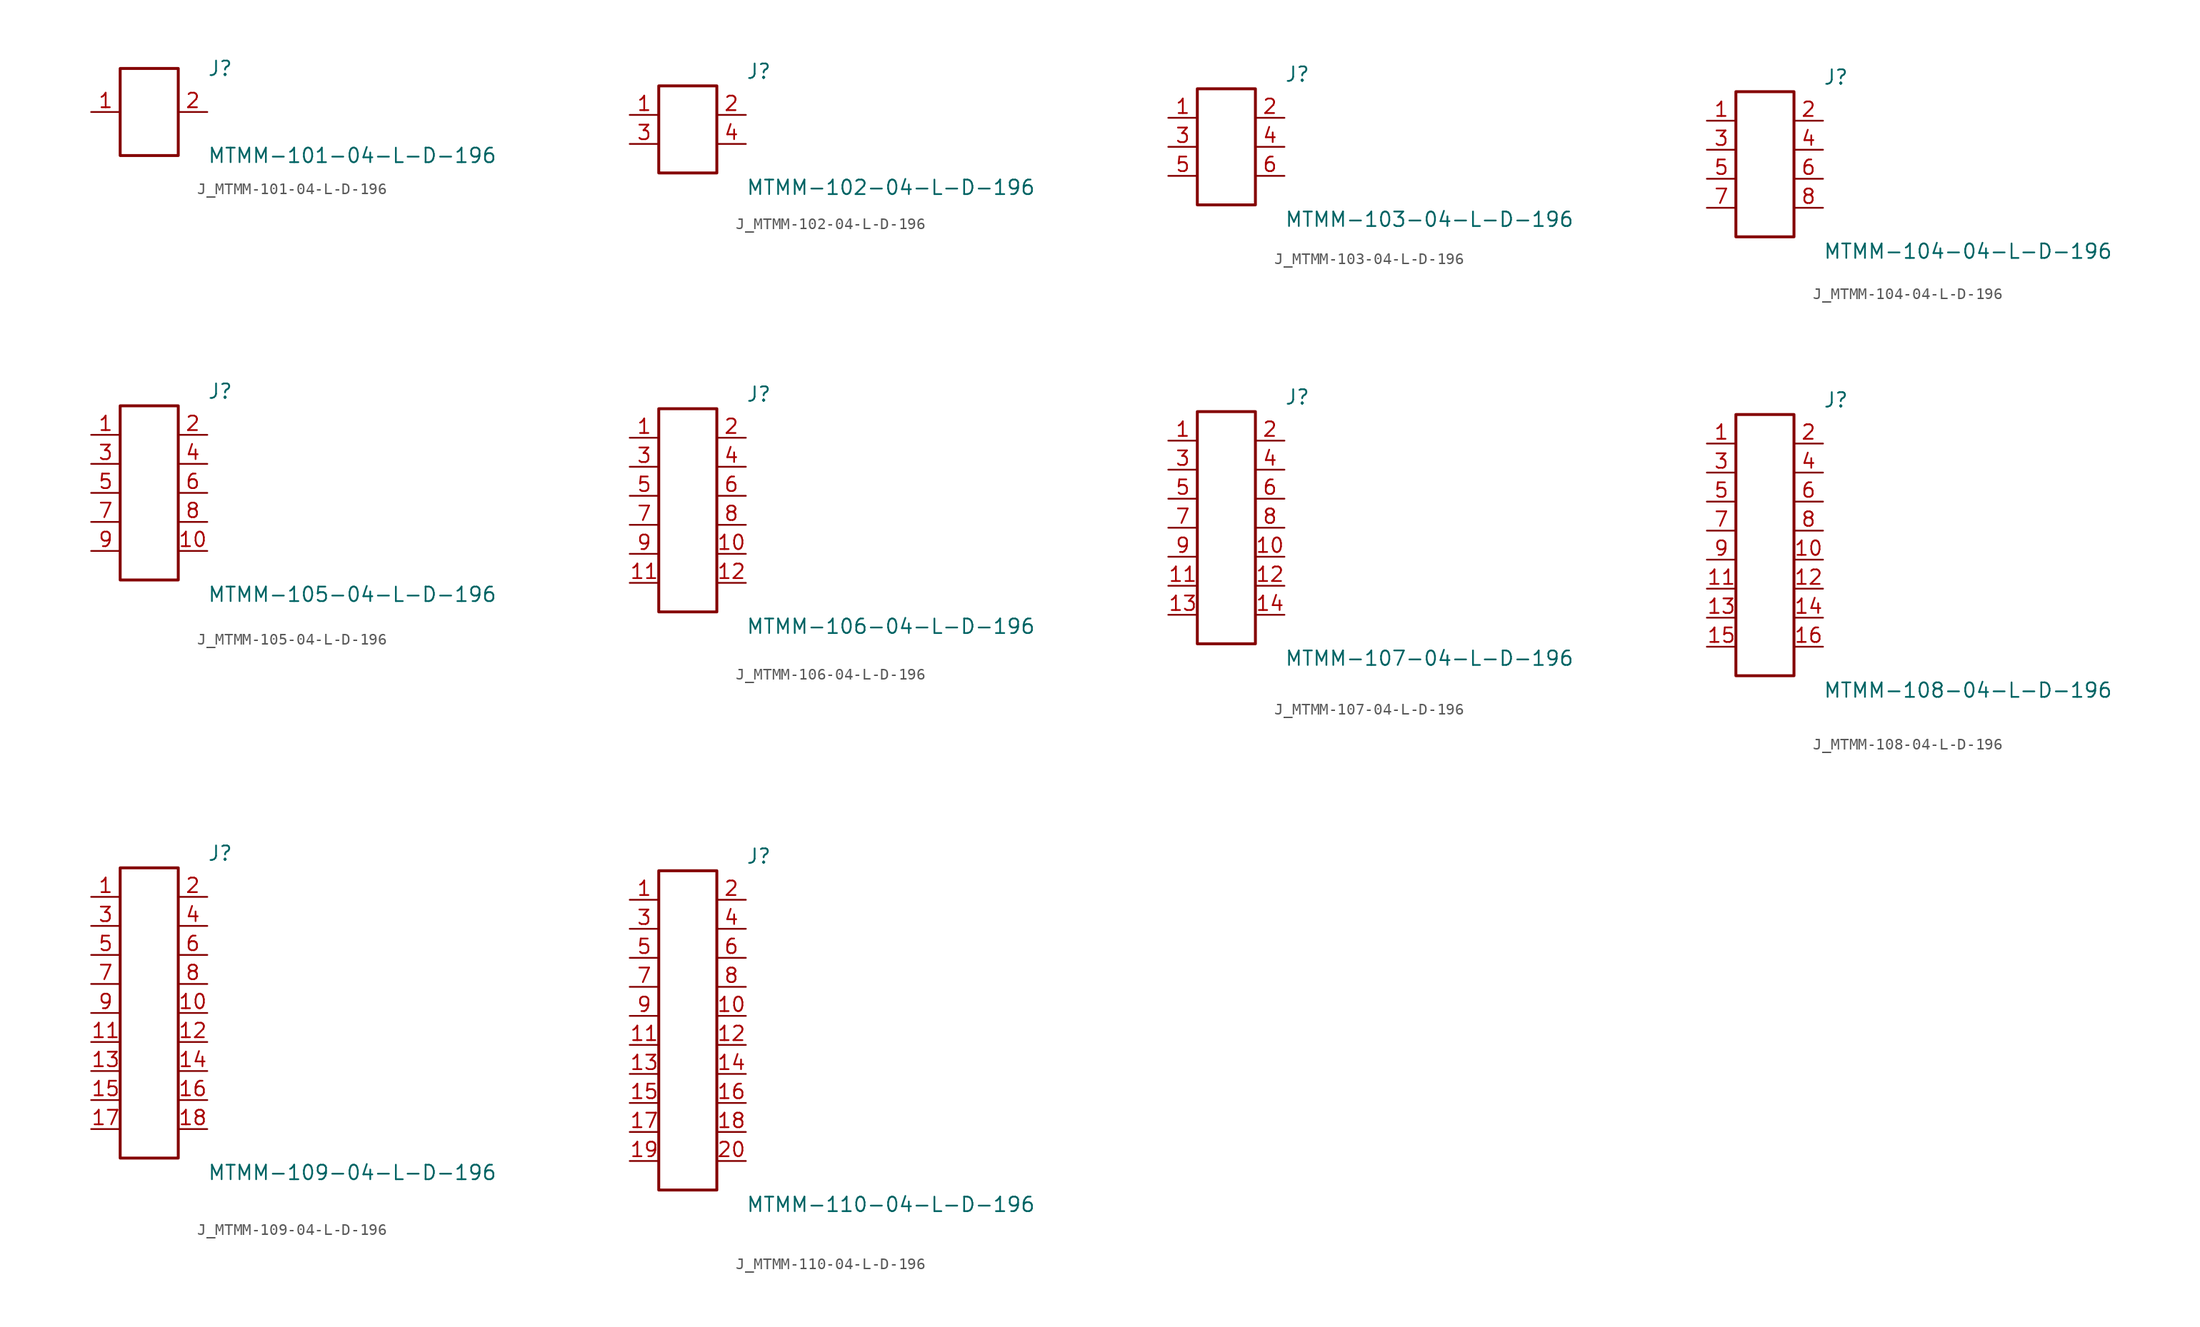
<source format=kicad_sym>
(kicad_symbol_lib
  (version 20231120)
  (generator kicad_symbol_editor)
  (generator_version 8.0)
  (symbol "J_MTMM-101-04-L-D-196"
    (pin_names
      (offset 0.254))
    (property "Reference" "J"
      (at 5.08 3.81 0)
      (effects (font (size 1.27 1.27)) (justify left)))
    (property "Value" "MTMM-101-04-L-D-196"
      (at 5.08 -3.81 0)
      (effects (font (size 1.27 1.27)) (justify left)))
    (symbol "J_MTMM-101-04-L-D-196_0_0"
      (pin passive line (at -5.08 0.0 0) (length 2.54) (name "" (effects (font (size 1.27 1.27)))) (number "1" (effects (font (size 1.27 1.27)))))
      (pin passive line (at 5.08 0.0 180) (length 2.54) (name "" (effects (font (size 1.27 1.27)))) (number "2" (effects (font (size 1.27 1.27))))))
    (symbol "J_MTMM-101-04-L-D-196_1_0"
      (rectangle (start -2.54 3.81) (end 2.54 -3.81) (stroke (width 0.254) (type solid)) (fill (type none)))))
  (symbol "J_MTMM-102-04-L-D-196"
    (pin_names
      (offset 0.254))
    (property "Reference" "J"
      (at 5.08 5.08 0)
      (effects (font (size 1.27 1.27)) (justify left)))
    (property "Value" "MTMM-102-04-L-D-196"
      (at 5.08 -5.08 0)
      (effects (font (size 1.27 1.27)) (justify left)))
    (symbol "J_MTMM-102-04-L-D-196_0_0"
      (pin passive line (at -5.08 1.27 0) (length 2.54) (name "" (effects (font (size 1.27 1.27)))) (number "1" (effects (font (size 1.27 1.27)))))
      (pin passive line (at 5.08 1.27 180) (length 2.54) (name "" (effects (font (size 1.27 1.27)))) (number "2" (effects (font (size 1.27 1.27)))))
      (pin passive line (at -5.08 -1.27 0) (length 2.54) (name "" (effects (font (size 1.27 1.27)))) (number "3" (effects (font (size 1.27 1.27)))))
      (pin passive line (at 5.08 -1.27 180) (length 2.54) (name "" (effects (font (size 1.27 1.27)))) (number "4" (effects (font (size 1.27 1.27))))))
    (symbol "J_MTMM-102-04-L-D-196_1_0"
      (rectangle (start -2.54 3.81) (end 2.54 -3.81) (stroke (width 0.254) (type solid)) (fill (type none)))))
  (symbol "J_MTMM-103-04-L-D-196"
    (pin_names
      (offset 0.254))
    (property "Reference" "J"
      (at 5.08 6.35 0)
      (effects (font (size 1.27 1.27)) (justify left)))
    (property "Value" "MTMM-103-04-L-D-196"
      (at 5.08 -6.35 0)
      (effects (font (size 1.27 1.27)) (justify left)))
    (symbol "J_MTMM-103-04-L-D-196_0_0"
      (pin passive line (at -5.08 2.54 0) (length 2.54) (name "" (effects (font (size 1.27 1.27)))) (number "1" (effects (font (size 1.27 1.27)))))
      (pin passive line (at 5.08 2.54 180) (length 2.54) (name "" (effects (font (size 1.27 1.27)))) (number "2" (effects (font (size 1.27 1.27)))))
      (pin passive line (at -5.08 0.0 0) (length 2.54) (name "" (effects (font (size 1.27 1.27)))) (number "3" (effects (font (size 1.27 1.27)))))
      (pin passive line (at 5.08 0.0 180) (length 2.54) (name "" (effects (font (size 1.27 1.27)))) (number "4" (effects (font (size 1.27 1.27)))))
      (pin passive line (at -5.08 -2.54 0) (length 2.54) (name "" (effects (font (size 1.27 1.27)))) (number "5" (effects (font (size 1.27 1.27)))))
      (pin passive line (at 5.08 -2.54 180) (length 2.54) (name "" (effects (font (size 1.27 1.27)))) (number "6" (effects (font (size 1.27 1.27))))))
    (symbol "J_MTMM-103-04-L-D-196_1_0"
      (rectangle (start -2.54 5.08) (end 2.54 -5.08) (stroke (width 0.254) (type solid)) (fill (type none)))))
  (symbol "J_MTMM-104-04-L-D-196"
    (pin_names
      (offset 0.254))
    (property "Reference" "J"
      (at 5.08 7.62 0)
      (effects (font (size 1.27 1.27)) (justify left)))
    (property "Value" "MTMM-104-04-L-D-196"
      (at 5.08 -7.62 0)
      (effects (font (size 1.27 1.27)) (justify left)))
    (symbol "J_MTMM-104-04-L-D-196_0_0"
      (pin passive line (at -5.08 3.81 0) (length 2.54) (name "" (effects (font (size 1.27 1.27)))) (number "1" (effects (font (size 1.27 1.27)))))
      (pin passive line (at 5.08 3.81 180) (length 2.54) (name "" (effects (font (size 1.27 1.27)))) (number "2" (effects (font (size 1.27 1.27)))))
      (pin passive line (at -5.08 1.27 0) (length 2.54) (name "" (effects (font (size 1.27 1.27)))) (number "3" (effects (font (size 1.27 1.27)))))
      (pin passive line (at 5.08 1.27 180) (length 2.54) (name "" (effects (font (size 1.27 1.27)))) (number "4" (effects (font (size 1.27 1.27)))))
      (pin passive line (at -5.08 -1.27 0) (length 2.54) (name "" (effects (font (size 1.27 1.27)))) (number "5" (effects (font (size 1.27 1.27)))))
      (pin passive line (at 5.08 -1.27 180) (length 2.54) (name "" (effects (font (size 1.27 1.27)))) (number "6" (effects (font (size 1.27 1.27)))))
      (pin passive line (at -5.08 -3.81 0) (length 2.54) (name "" (effects (font (size 1.27 1.27)))) (number "7" (effects (font (size 1.27 1.27)))))
      (pin passive line (at 5.08 -3.81 180) (length 2.54) (name "" (effects (font (size 1.27 1.27)))) (number "8" (effects (font (size 1.27 1.27))))))
    (symbol "J_MTMM-104-04-L-D-196_1_0"
      (rectangle (start -2.54 6.35) (end 2.54 -6.35) (stroke (width 0.254) (type solid)) (fill (type none)))))
  (symbol "J_MTMM-105-04-L-D-196"
    (pin_names
      (offset 0.254))
    (property "Reference" "J"
      (at 5.08 8.89 0)
      (effects (font (size 1.27 1.27)) (justify left)))
    (property "Value" "MTMM-105-04-L-D-196"
      (at 5.08 -8.89 0)
      (effects (font (size 1.27 1.27)) (justify left)))
    (symbol "J_MTMM-105-04-L-D-196_0_0"
      (pin passive line (at -5.08 5.08 0) (length 2.54) (name "" (effects (font (size 1.27 1.27)))) (number "1" (effects (font (size 1.27 1.27)))))
      (pin passive line (at 5.08 5.08 180) (length 2.54) (name "" (effects (font (size 1.27 1.27)))) (number "2" (effects (font (size 1.27 1.27)))))
      (pin passive line (at -5.08 2.54 0) (length 2.54) (name "" (effects (font (size 1.27 1.27)))) (number "3" (effects (font (size 1.27 1.27)))))
      (pin passive line (at 5.08 2.54 180) (length 2.54) (name "" (effects (font (size 1.27 1.27)))) (number "4" (effects (font (size 1.27 1.27)))))
      (pin passive line (at -5.08 0.0 0) (length 2.54) (name "" (effects (font (size 1.27 1.27)))) (number "5" (effects (font (size 1.27 1.27)))))
      (pin passive line (at 5.08 0.0 180) (length 2.54) (name "" (effects (font (size 1.27 1.27)))) (number "6" (effects (font (size 1.27 1.27)))))
      (pin passive line (at -5.08 -2.54 0) (length 2.54) (name "" (effects (font (size 1.27 1.27)))) (number "7" (effects (font (size 1.27 1.27)))))
      (pin passive line (at 5.08 -2.54 180) (length 2.54) (name "" (effects (font (size 1.27 1.27)))) (number "8" (effects (font (size 1.27 1.27)))))
      (pin passive line (at -5.08 -5.08 0) (length 2.54) (name "" (effects (font (size 1.27 1.27)))) (number "9" (effects (font (size 1.27 1.27)))))
      (pin passive line (at 5.08 -5.08 180) (length 2.54) (name "" (effects (font (size 1.27 1.27)))) (number "10" (effects (font (size 1.27 1.27))))))
    (symbol "J_MTMM-105-04-L-D-196_1_0"
      (rectangle (start -2.54 7.62) (end 2.54 -7.62) (stroke (width 0.254) (type solid)) (fill (type none)))))
  (symbol "J_MTMM-106-04-L-D-196"
    (pin_names
      (offset 0.254))
    (property "Reference" "J"
      (at 5.08 10.16 0)
      (effects (font (size 1.27 1.27)) (justify left)))
    (property "Value" "MTMM-106-04-L-D-196"
      (at 5.08 -10.16 0)
      (effects (font (size 1.27 1.27)) (justify left)))
    (symbol "J_MTMM-106-04-L-D-196_0_0"
      (pin passive line (at -5.08 6.35 0) (length 2.54) (name "" (effects (font (size 1.27 1.27)))) (number "1" (effects (font (size 1.27 1.27)))))
      (pin passive line (at 5.08 6.35 180) (length 2.54) (name "" (effects (font (size 1.27 1.27)))) (number "2" (effects (font (size 1.27 1.27)))))
      (pin passive line (at -5.08 3.81 0) (length 2.54) (name "" (effects (font (size 1.27 1.27)))) (number "3" (effects (font (size 1.27 1.27)))))
      (pin passive line (at 5.08 3.81 180) (length 2.54) (name "" (effects (font (size 1.27 1.27)))) (number "4" (effects (font (size 1.27 1.27)))))
      (pin passive line (at -5.08 1.27 0) (length 2.54) (name "" (effects (font (size 1.27 1.27)))) (number "5" (effects (font (size 1.27 1.27)))))
      (pin passive line (at 5.08 1.27 180) (length 2.54) (name "" (effects (font (size 1.27 1.27)))) (number "6" (effects (font (size 1.27 1.27)))))
      (pin passive line (at -5.08 -1.27 0) (length 2.54) (name "" (effects (font (size 1.27 1.27)))) (number "7" (effects (font (size 1.27 1.27)))))
      (pin passive line (at 5.08 -1.27 180) (length 2.54) (name "" (effects (font (size 1.27 1.27)))) (number "8" (effects (font (size 1.27 1.27)))))
      (pin passive line (at -5.08 -3.81 0) (length 2.54) (name "" (effects (font (size 1.27 1.27)))) (number "9" (effects (font (size 1.27 1.27)))))
      (pin passive line (at 5.08 -3.81 180) (length 2.54) (name "" (effects (font (size 1.27 1.27)))) (number "10" (effects (font (size 1.27 1.27)))))
      (pin passive line (at -5.08 -6.35 0) (length 2.54) (name "" (effects (font (size 1.27 1.27)))) (number "11" (effects (font (size 1.27 1.27)))))
      (pin passive line (at 5.08 -6.35 180) (length 2.54) (name "" (effects (font (size 1.27 1.27)))) (number "12" (effects (font (size 1.27 1.27))))))
    (symbol "J_MTMM-106-04-L-D-196_1_0"
      (rectangle (start -2.54 8.89) (end 2.54 -8.89) (stroke (width 0.254) (type solid)) (fill (type none)))))
  (symbol "J_MTMM-107-04-L-D-196"
    (pin_names
      (offset 0.254))
    (property "Reference" "J"
      (at 5.08 11.43 0)
      (effects (font (size 1.27 1.27)) (justify left)))
    (property "Value" "MTMM-107-04-L-D-196"
      (at 5.08 -11.43 0)
      (effects (font (size 1.27 1.27)) (justify left)))
    (symbol "J_MTMM-107-04-L-D-196_0_0"
      (pin passive line (at -5.08 7.62 0) (length 2.54) (name "" (effects (font (size 1.27 1.27)))) (number "1" (effects (font (size 1.27 1.27)))))
      (pin passive line (at 5.08 7.62 180) (length 2.54) (name "" (effects (font (size 1.27 1.27)))) (number "2" (effects (font (size 1.27 1.27)))))
      (pin passive line (at -5.08 5.08 0) (length 2.54) (name "" (effects (font (size 1.27 1.27)))) (number "3" (effects (font (size 1.27 1.27)))))
      (pin passive line (at 5.08 5.08 180) (length 2.54) (name "" (effects (font (size 1.27 1.27)))) (number "4" (effects (font (size 1.27 1.27)))))
      (pin passive line (at -5.08 2.54 0) (length 2.54) (name "" (effects (font (size 1.27 1.27)))) (number "5" (effects (font (size 1.27 1.27)))))
      (pin passive line (at 5.08 2.54 180) (length 2.54) (name "" (effects (font (size 1.27 1.27)))) (number "6" (effects (font (size 1.27 1.27)))))
      (pin passive line (at -5.08 0.0 0) (length 2.54) (name "" (effects (font (size 1.27 1.27)))) (number "7" (effects (font (size 1.27 1.27)))))
      (pin passive line (at 5.08 0.0 180) (length 2.54) (name "" (effects (font (size 1.27 1.27)))) (number "8" (effects (font (size 1.27 1.27)))))
      (pin passive line (at -5.08 -2.54 0) (length 2.54) (name "" (effects (font (size 1.27 1.27)))) (number "9" (effects (font (size 1.27 1.27)))))
      (pin passive line (at 5.08 -2.54 180) (length 2.54) (name "" (effects (font (size 1.27 1.27)))) (number "10" (effects (font (size 1.27 1.27)))))
      (pin passive line (at -5.08 -5.08 0) (length 2.54) (name "" (effects (font (size 1.27 1.27)))) (number "11" (effects (font (size 1.27 1.27)))))
      (pin passive line (at 5.08 -5.08 180) (length 2.54) (name "" (effects (font (size 1.27 1.27)))) (number "12" (effects (font (size 1.27 1.27)))))
      (pin passive line (at -5.08 -7.62 0) (length 2.54) (name "" (effects (font (size 1.27 1.27)))) (number "13" (effects (font (size 1.27 1.27)))))
      (pin passive line (at 5.08 -7.62 180) (length 2.54) (name "" (effects (font (size 1.27 1.27)))) (number "14" (effects (font (size 1.27 1.27))))))
    (symbol "J_MTMM-107-04-L-D-196_1_0"
      (rectangle (start -2.54 10.16) (end 2.54 -10.16) (stroke (width 0.254) (type solid)) (fill (type none)))))
  (symbol "J_MTMM-108-04-L-D-196"
    (pin_names
      (offset 0.254))
    (property "Reference" "J"
      (at 5.08 12.7 0)
      (effects (font (size 1.27 1.27)) (justify left)))
    (property "Value" "MTMM-108-04-L-D-196"
      (at 5.08 -12.7 0)
      (effects (font (size 1.27 1.27)) (justify left)))
    (symbol "J_MTMM-108-04-L-D-196_0_0"
      (pin passive line (at -5.08 8.89 0) (length 2.54) (name "" (effects (font (size 1.27 1.27)))) (number "1" (effects (font (size 1.27 1.27)))))
      (pin passive line (at 5.08 8.89 180) (length 2.54) (name "" (effects (font (size 1.27 1.27)))) (number "2" (effects (font (size 1.27 1.27)))))
      (pin passive line (at -5.08 6.35 0) (length 2.54) (name "" (effects (font (size 1.27 1.27)))) (number "3" (effects (font (size 1.27 1.27)))))
      (pin passive line (at 5.08 6.35 180) (length 2.54) (name "" (effects (font (size 1.27 1.27)))) (number "4" (effects (font (size 1.27 1.27)))))
      (pin passive line (at -5.08 3.81 0) (length 2.54) (name "" (effects (font (size 1.27 1.27)))) (number "5" (effects (font (size 1.27 1.27)))))
      (pin passive line (at 5.08 3.81 180) (length 2.54) (name "" (effects (font (size 1.27 1.27)))) (number "6" (effects (font (size 1.27 1.27)))))
      (pin passive line (at -5.08 1.27 0) (length 2.54) (name "" (effects (font (size 1.27 1.27)))) (number "7" (effects (font (size 1.27 1.27)))))
      (pin passive line (at 5.08 1.27 180) (length 2.54) (name "" (effects (font (size 1.27 1.27)))) (number "8" (effects (font (size 1.27 1.27)))))
      (pin passive line (at -5.08 -1.27 0) (length 2.54) (name "" (effects (font (size 1.27 1.27)))) (number "9" (effects (font (size 1.27 1.27)))))
      (pin passive line (at 5.08 -1.27 180) (length 2.54) (name "" (effects (font (size 1.27 1.27)))) (number "10" (effects (font (size 1.27 1.27)))))
      (pin passive line (at -5.08 -3.81 0) (length 2.54) (name "" (effects (font (size 1.27 1.27)))) (number "11" (effects (font (size 1.27 1.27)))))
      (pin passive line (at 5.08 -3.81 180) (length 2.54) (name "" (effects (font (size 1.27 1.27)))) (number "12" (effects (font (size 1.27 1.27)))))
      (pin passive line (at -5.08 -6.35 0) (length 2.54) (name "" (effects (font (size 1.27 1.27)))) (number "13" (effects (font (size 1.27 1.27)))))
      (pin passive line (at 5.08 -6.35 180) (length 2.54) (name "" (effects (font (size 1.27 1.27)))) (number "14" (effects (font (size 1.27 1.27)))))
      (pin passive line (at -5.08 -8.89 0) (length 2.54) (name "" (effects (font (size 1.27 1.27)))) (number "15" (effects (font (size 1.27 1.27)))))
      (pin passive line (at 5.08 -8.89 180) (length 2.54) (name "" (effects (font (size 1.27 1.27)))) (number "16" (effects (font (size 1.27 1.27))))))
    (symbol "J_MTMM-108-04-L-D-196_1_0"
      (rectangle (start -2.54 11.43) (end 2.54 -11.43) (stroke (width 0.254) (type solid)) (fill (type none)))))
  (symbol "J_MTMM-109-04-L-D-196"
    (pin_names
      (offset 0.254))
    (property "Reference" "J"
      (at 5.08 13.97 0)
      (effects (font (size 1.27 1.27)) (justify left)))
    (property "Value" "MTMM-109-04-L-D-196"
      (at 5.08 -13.97 0)
      (effects (font (size 1.27 1.27)) (justify left)))
    (symbol "J_MTMM-109-04-L-D-196_0_0"
      (pin passive line (at -5.08 10.16 0) (length 2.54) (name "" (effects (font (size 1.27 1.27)))) (number "1" (effects (font (size 1.27 1.27)))))
      (pin passive line (at 5.08 10.16 180) (length 2.54) (name "" (effects (font (size 1.27 1.27)))) (number "2" (effects (font (size 1.27 1.27)))))
      (pin passive line (at -5.08 7.62 0) (length 2.54) (name "" (effects (font (size 1.27 1.27)))) (number "3" (effects (font (size 1.27 1.27)))))
      (pin passive line (at 5.08 7.62 180) (length 2.54) (name "" (effects (font (size 1.27 1.27)))) (number "4" (effects (font (size 1.27 1.27)))))
      (pin passive line (at -5.08 5.08 0) (length 2.54) (name "" (effects (font (size 1.27 1.27)))) (number "5" (effects (font (size 1.27 1.27)))))
      (pin passive line (at 5.08 5.08 180) (length 2.54) (name "" (effects (font (size 1.27 1.27)))) (number "6" (effects (font (size 1.27 1.27)))))
      (pin passive line (at -5.08 2.54 0) (length 2.54) (name "" (effects (font (size 1.27 1.27)))) (number "7" (effects (font (size 1.27 1.27)))))
      (pin passive line (at 5.08 2.54 180) (length 2.54) (name "" (effects (font (size 1.27 1.27)))) (number "8" (effects (font (size 1.27 1.27)))))
      (pin passive line (at -5.08 0.0 0) (length 2.54) (name "" (effects (font (size 1.27 1.27)))) (number "9" (effects (font (size 1.27 1.27)))))
      (pin passive line (at 5.08 0.0 180) (length 2.54) (name "" (effects (font (size 1.27 1.27)))) (number "10" (effects (font (size 1.27 1.27)))))
      (pin passive line (at -5.08 -2.54 0) (length 2.54) (name "" (effects (font (size 1.27 1.27)))) (number "11" (effects (font (size 1.27 1.27)))))
      (pin passive line (at 5.08 -2.54 180) (length 2.54) (name "" (effects (font (size 1.27 1.27)))) (number "12" (effects (font (size 1.27 1.27)))))
      (pin passive line (at -5.08 -5.08 0) (length 2.54) (name "" (effects (font (size 1.27 1.27)))) (number "13" (effects (font (size 1.27 1.27)))))
      (pin passive line (at 5.08 -5.08 180) (length 2.54) (name "" (effects (font (size 1.27 1.27)))) (number "14" (effects (font (size 1.27 1.27)))))
      (pin passive line (at -5.08 -7.62 0) (length 2.54) (name "" (effects (font (size 1.27 1.27)))) (number "15" (effects (font (size 1.27 1.27)))))
      (pin passive line (at 5.08 -7.62 180) (length 2.54) (name "" (effects (font (size 1.27 1.27)))) (number "16" (effects (font (size 1.27 1.27)))))
      (pin passive line (at -5.08 -10.16 0) (length 2.54) (name "" (effects (font (size 1.27 1.27)))) (number "17" (effects (font (size 1.27 1.27)))))
      (pin passive line (at 5.08 -10.16 180) (length 2.54) (name "" (effects (font (size 1.27 1.27)))) (number "18" (effects (font (size 1.27 1.27))))))
    (symbol "J_MTMM-109-04-L-D-196_1_0"
      (rectangle (start -2.54 12.7) (end 2.54 -12.7) (stroke (width 0.254) (type solid)) (fill (type none)))))
  (symbol "J_MTMM-110-04-L-D-196"
    (pin_names
      (offset 0.254))
    (property "Reference" "J"
      (at 5.08 15.24 0)
      (effects (font (size 1.27 1.27)) (justify left)))
    (property "Value" "MTMM-110-04-L-D-196"
      (at 5.08 -15.24 0)
      (effects (font (size 1.27 1.27)) (justify left)))
    (symbol "J_MTMM-110-04-L-D-196_0_0"
      (pin passive line (at -5.08 11.43 0) (length 2.54) (name "" (effects (font (size 1.27 1.27)))) (number "1" (effects (font (size 1.27 1.27)))))
      (pin passive line (at 5.08 11.43 180) (length 2.54) (name "" (effects (font (size 1.27 1.27)))) (number "2" (effects (font (size 1.27 1.27)))))
      (pin passive line (at -5.08 8.89 0) (length 2.54) (name "" (effects (font (size 1.27 1.27)))) (number "3" (effects (font (size 1.27 1.27)))))
      (pin passive line (at 5.08 8.89 180) (length 2.54) (name "" (effects (font (size 1.27 1.27)))) (number "4" (effects (font (size 1.27 1.27)))))
      (pin passive line (at -5.08 6.35 0) (length 2.54) (name "" (effects (font (size 1.27 1.27)))) (number "5" (effects (font (size 1.27 1.27)))))
      (pin passive line (at 5.08 6.35 180) (length 2.54) (name "" (effects (font (size 1.27 1.27)))) (number "6" (effects (font (size 1.27 1.27)))))
      (pin passive line (at -5.08 3.81 0) (length 2.54) (name "" (effects (font (size 1.27 1.27)))) (number "7" (effects (font (size 1.27 1.27)))))
      (pin passive line (at 5.08 3.81 180) (length 2.54) (name "" (effects (font (size 1.27 1.27)))) (number "8" (effects (font (size 1.27 1.27)))))
      (pin passive line (at -5.08 1.27 0) (length 2.54) (name "" (effects (font (size 1.27 1.27)))) (number "9" (effects (font (size 1.27 1.27)))))
      (pin passive line (at 5.08 1.27 180) (length 2.54) (name "" (effects (font (size 1.27 1.27)))) (number "10" (effects (font (size 1.27 1.27)))))
      (pin passive line (at -5.08 -1.27 0) (length 2.54) (name "" (effects (font (size 1.27 1.27)))) (number "11" (effects (font (size 1.27 1.27)))))
      (pin passive line (at 5.08 -1.27 180) (length 2.54) (name "" (effects (font (size 1.27 1.27)))) (number "12" (effects (font (size 1.27 1.27)))))
      (pin passive line (at -5.08 -3.81 0) (length 2.54) (name "" (effects (font (size 1.27 1.27)))) (number "13" (effects (font (size 1.27 1.27)))))
      (pin passive line (at 5.08 -3.81 180) (length 2.54) (name "" (effects (font (size 1.27 1.27)))) (number "14" (effects (font (size 1.27 1.27)))))
      (pin passive line (at -5.08 -6.35 0) (length 2.54) (name "" (effects (font (size 1.27 1.27)))) (number "15" (effects (font (size 1.27 1.27)))))
      (pin passive line (at 5.08 -6.35 180) (length 2.54) (name "" (effects (font (size 1.27 1.27)))) (number "16" (effects (font (size 1.27 1.27)))))
      (pin passive line (at -5.08 -8.89 0) (length 2.54) (name "" (effects (font (size 1.27 1.27)))) (number "17" (effects (font (size 1.27 1.27)))))
      (pin passive line (at 5.08 -8.89 180) (length 2.54) (name "" (effects (font (size 1.27 1.27)))) (number "18" (effects (font (size 1.27 1.27)))))
      (pin passive line (at -5.08 -11.43 0) (length 2.54) (name "" (effects (font (size 1.27 1.27)))) (number "19" (effects (font (size 1.27 1.27)))))
      (pin passive line (at 5.08 -11.43 180) (length 2.54) (name "" (effects (font (size 1.27 1.27)))) (number "20" (effects (font (size 1.27 1.27))))))
    (symbol "J_MTMM-110-04-L-D-196_1_0"
      (rectangle (start -2.54 13.97) (end 2.54 -13.97) (stroke (width 0.254) (type solid)) (fill (type none))))))
</source>
